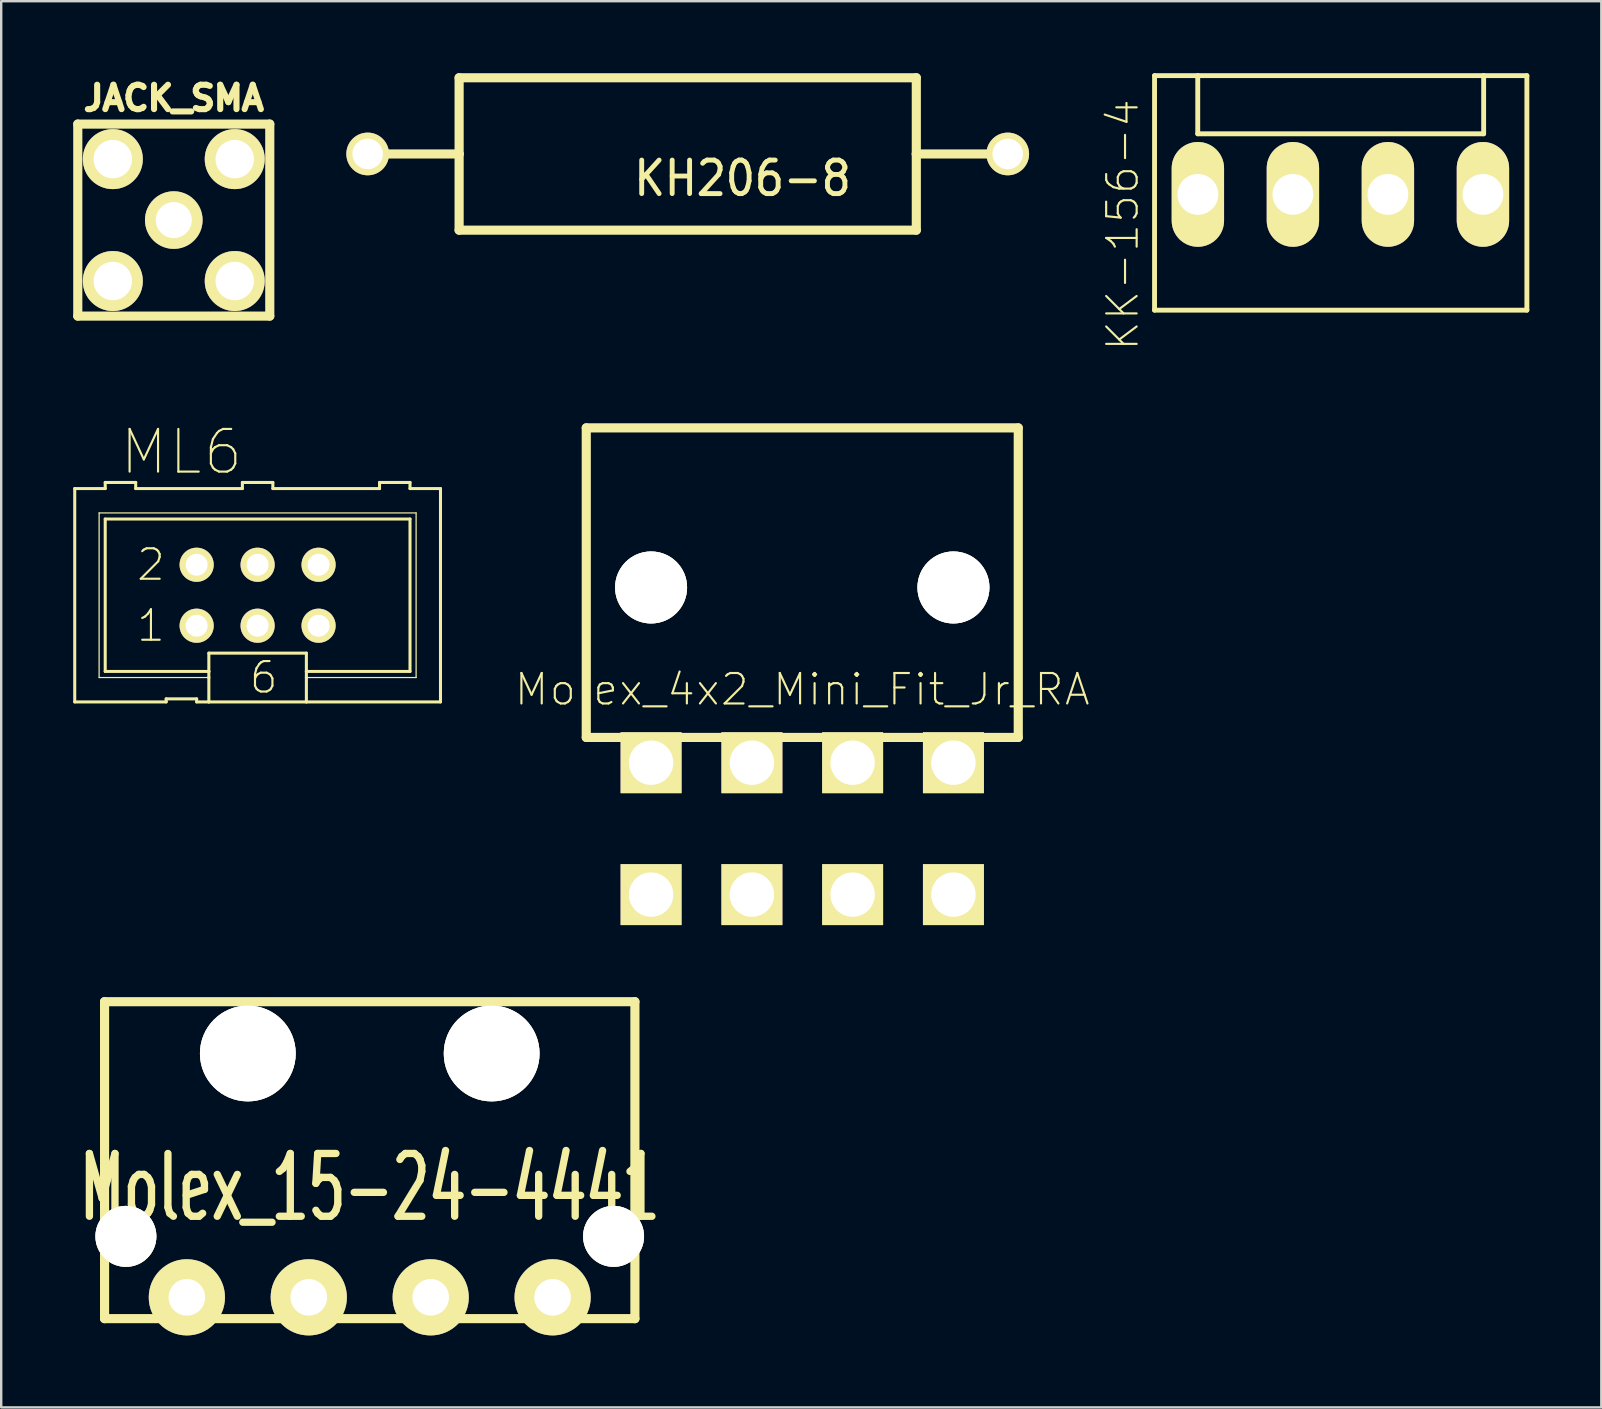
<source format=kicad_pcb>
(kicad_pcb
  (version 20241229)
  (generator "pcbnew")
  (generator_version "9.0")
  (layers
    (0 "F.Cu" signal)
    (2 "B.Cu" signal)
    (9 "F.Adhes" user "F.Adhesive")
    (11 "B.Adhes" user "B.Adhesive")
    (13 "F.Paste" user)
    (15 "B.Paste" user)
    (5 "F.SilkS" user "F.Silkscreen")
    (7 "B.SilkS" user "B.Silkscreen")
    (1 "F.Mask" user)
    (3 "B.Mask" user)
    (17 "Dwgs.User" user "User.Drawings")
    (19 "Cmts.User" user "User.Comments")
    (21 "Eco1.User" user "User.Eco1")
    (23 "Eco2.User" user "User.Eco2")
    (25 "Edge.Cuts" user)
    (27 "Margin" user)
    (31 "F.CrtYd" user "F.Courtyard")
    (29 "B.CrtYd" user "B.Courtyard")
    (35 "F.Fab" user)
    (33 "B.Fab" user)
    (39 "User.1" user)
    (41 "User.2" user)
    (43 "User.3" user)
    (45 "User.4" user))
  (footprint "KH206-8"
    (layer "F.Cu")
    (at 25.605 3.365)
    (property "Reference" "KH206-8" (at 2.286 1.016 0) (layer "F.SilkS") (effects (font (size 1.397 1.27) (thickness 0.203))))
    (attr through_hole)
    (fp_line (start -13.335 0) (end -13.335 0) (stroke (width 0.305) (type solid)) (layer "F.SilkS"))
    (fp_line (start -13.335 0) (end -13.335 0) (stroke (width 0.305) (type solid)) (layer "F.SilkS"))
    (fp_line (start -13.335 0) (end -9.525 0) (stroke (width 0.381) (type solid)) (layer "F.SilkS"))
    (fp_line (start -9.525 -3.175) (end 9.525 -3.175) (stroke (width 0.381) (type solid)) (layer "F.SilkS"))
    (fp_line (start -9.525 0) (end -9.525 -3.175) (stroke (width 0.381) (type solid)) (layer "F.SilkS"))
    (fp_line (start -9.525 0) (end -9.525 3.175) (stroke (width 0.381) (type solid)) (layer "F.SilkS"))
    (fp_line (start -9.525 3.175) (end 9.525 3.175) (stroke (width 0.381) (type solid)) (layer "F.SilkS"))
    (fp_line (start 9.525 0) (end 9.525 -3.175) (stroke (width 0.381) (type solid)) (layer "F.SilkS"))
    (fp_line (start 9.525 0) (end 9.525 3.175) (stroke (width 0.381) (type solid)) (layer "F.SilkS"))
    (fp_line (start 9.525 0) (end 13.335 0) (stroke (width 0.381) (type solid)) (layer "F.SilkS"))
    (pad "1" thru_hole circle (at -13.335 0) (size 1.778 1.778) (drill 1.27) (layers "*.Cu" "*.Mask" "F.SilkS"))
    (pad "2" thru_hole circle (at 13.335 0) (size 1.778 1.778) (drill 1.27) (layers "*.Cu" "*.Mask" "F.SilkS")))
  (footprint "KK-156-4"
    (layer "F.Cu")
    (at 52.801 5.05)
    (property "Reference" "KK-156-4" (at -9.073 1.27 90) (layer "F.SilkS") (effects (font (size 1.27 1.27) (thickness 0.089))))
    (attr exclude_from_pos_files exclude_from_bom)
    (fp_line (start -7.744 -4.948) (end -7.744 4.823) (stroke (width 0.203) (type solid)) (layer "F.SilkS"))
    (fp_line (start -7.744 4.823) (end 7.77 4.823) (stroke (width 0.203) (type solid)) (layer "F.SilkS"))
    (fp_line (start -5.944 -4.948) (end -7.744 -4.948) (stroke (width 0.203) (type solid)) (layer "F.SilkS"))
    (fp_line (start -5.944 -2.525) (end -5.944 -4.948) (stroke (width 0.203) (type solid)) (layer "F.SilkS"))
    (fp_line (start -5.944 -2.525) (end 5.969 -2.525) (stroke (width 0.203) (type solid)) (layer "F.SilkS"))
    (fp_line (start 5.969 -4.948) (end -5.944 -4.948) (stroke (width 0.203) (type solid)) (layer "F.SilkS"))
    (fp_line (start 5.969 -2.525) (end 5.969 -4.948) (stroke (width 0.203) (type solid)) (layer "F.SilkS"))
    (fp_line (start 7.77 -4.948) (end 5.969 -4.948) (stroke (width 0.203) (type solid)) (layer "F.SilkS"))
    (fp_line (start 7.77 4.823) (end 7.77 -4.948) (stroke (width 0.203) (type solid)) (layer "F.SilkS"))
    (pad "1" thru_hole oval (at -5.939 0) (size 2.182 4.366) (drill 1.699) (layers "*.Cu" "F.Mask" "F.SilkS" "F.Paste"))
    (pad "2" thru_hole oval (at -1.979 0) (size 2.182 4.366) (drill 1.699) (layers "*.Cu" "F.Mask" "F.SilkS" "F.Paste"))
    (pad "3" thru_hole oval (at 1.979 0) (size 2.182 4.366) (drill 1.699) (layers "*.Cu" "F.Mask" "F.SilkS" "F.Paste"))
    (pad "4" thru_hole oval (at 5.939 0) (size 2.182 4.366) (drill 1.699) (layers "*.Cu" "F.Mask" "F.SilkS" "F.Paste")))
  (footprint "Molex_15-24-4441"
    (layer "F.Cu")
    (at 12.356 51.006)
    (property "Reference" "Molex_15-24-4441" (at 0 -4.572 0) (layer "F.SilkS") (effects (font (size 2.616 1.598) (thickness 0.305))))
    (attr through_hole)
    (fp_line (start -11.049 -12.319) (end -11.049 0.889) (stroke (width 0.381) (type solid)) (layer "F.SilkS"))
    (fp_line (start -11.049 -12.319) (end 11.049 -12.319) (stroke (width 0.381) (type solid)) (layer "F.SilkS"))
    (fp_line (start -11.049 0.889) (end 11.049 0.889) (stroke (width 0.381) (type solid)) (layer "F.SilkS"))
    (fp_line (start 11.049 0.889) (end 11.049 -12.319) (stroke (width 0.381) (type solid)) (layer "F.SilkS"))
    (pad "" thru_hole circle (at -10.16 -2.54) (size 2.54 2.54) (drill 2.54) (layers "*.Cu" "*.Mask" "F.SilkS"))
    (pad "" thru_hole circle (at -5.08 -10.16) (size 3.99 3.99) (drill 3.99) (layers "*.Cu" "*.Mask" "F.SilkS"))
    (pad "" thru_hole circle (at 5.08 -10.16) (size 3.99 3.99) (drill 3.99) (layers "*.Cu" "*.Mask" "F.SilkS"))
    (pad "" thru_hole circle (at 10.16 -2.54) (size 2.54 2.54) (drill 2.54) (layers "*.Cu" "*.Mask" "F.SilkS"))
    (pad "1" thru_hole circle (at 7.62 0) (size 3.175 3.175) (drill 1.524) (layers "*.Cu" "*.Mask" "F.SilkS"))
    (pad "2" thru_hole circle (at 2.54 0) (size 3.175 3.175) (drill 1.524) (layers "*.Cu" "*.Mask" "F.SilkS"))
    (pad "3" thru_hole circle (at -2.54 0) (size 3.175 3.175) (drill 1.524) (layers "*.Cu" "*.Mask" "F.SilkS"))
    (pad "4" thru_hole circle (at -7.62 0) (size 3.175 3.175) (drill 1.524) (layers "*.Cu" "*.Mask" "F.SilkS")))
  (footprint "Molex_4x2_Mini_Fit_Jr_RA"
    (layer "F.Cu")
    (at 30.378 31.478)
    (property "Reference" "Molex_4x2_Mini_Fit_Jr_RA" (at 0 -5.8 0) (layer "F.SilkS") (effects (font (size 1.27 1.27) (thickness 0.089))))
    (attr exclude_from_pos_files exclude_from_bom)
    (fp_line (start -9 -16.7) (end -9 -3.8) (stroke (width 0.381) (type solid)) (layer "F.SilkS"))
    (fp_line (start -9 -16.7) (end 9 -16.7) (stroke (width 0.381) (type solid)) (layer "F.SilkS"))
    (fp_line (start -9 -3.8) (end 9 -3.8) (stroke (width 0.381) (type solid)) (layer "F.SilkS"))
    (fp_line (start 9 -16.7) (end 9 -3.8) (stroke (width 0.381) (type solid)) (layer "F.SilkS"))
    (pad "" thru_hole circle (at -6.299 -10.05) (size 3 3) (drill 3) (layers "*.Cu" "*.Mask" "F.SilkS"))
    (pad "" thru_hole circle (at 6.299 -10.05) (size 3 3) (drill 3) (layers "*.Cu" "*.Mask" "F.SilkS"))
    (pad "1" thru_hole rect (at 6.299 2.748) (size 2.54 2.54) (drill 1.85) (layers "*.Cu" "*.Mask" "F.SilkS"))
    (pad "2" thru_hole rect (at 2.098 2.748) (size 2.54 2.54) (drill 1.85) (layers "*.Cu" "*.Mask" "F.SilkS"))
    (pad "3" thru_hole rect (at -2.098 2.748) (size 2.54 2.54) (drill 1.85) (layers "*.Cu" "*.Mask" "F.SilkS"))
    (pad "4" thru_hole rect (at -6.299 2.748) (size 2.54 2.54) (drill 1.85) (layers "*.Cu" "*.Mask" "F.SilkS"))
    (pad "5" thru_hole rect (at 6.299 -2.748) (size 2.54 2.54) (drill 1.85) (layers "*.Cu" "*.Mask" "F.SilkS"))
    (pad "6" thru_hole rect (at 2.098 -2.748) (size 2.54 2.54) (drill 1.85) (layers "*.Cu" "*.Mask" "F.SilkS"))
    (pad "7" thru_hole rect (at -2.098 -2.748) (size 2.54 2.54) (drill 1.85) (layers "*.Cu" "*.Mask" "F.SilkS"))
    (pad "8" thru_hole rect (at -6.299 -2.748) (size 2.54 2.54) (drill 1.85) (layers "*.Cu" "*.Mask" "F.SilkS")))
  (footprint "ML6"
    (layer "F.Cu")
    (at 7.684 21.752)
    (property "Reference" "ML6" (at -3.175 -5.969 0) (layer "F.SilkS") (effects (font (size 1.778 1.778) (thickness 0.089))))
    (attr exclude_from_pos_files exclude_from_bom)
    (fp_line (start -7.62 -4.445) (end -7.62 4.445) (stroke (width 0.127) (type solid)) (layer "F.SilkS"))
    (fp_line (start -7.62 -4.445) (end -6.35 -4.445) (stroke (width 0.127) (type solid)) (layer "F.SilkS"))
    (fp_line (start -6.604 -3.429) (end -6.604 3.429) (stroke (width 0.051) (type solid)) (layer "F.SilkS"))
    (fp_line (start -6.604 3.429) (end -2.032 3.429) (stroke (width 0.051) (type solid)) (layer "F.SilkS"))
    (fp_line (start -6.35 -4.699) (end -6.35 -4.445) (stroke (width 0.127) (type solid)) (layer "F.SilkS"))
    (fp_line (start -6.35 -3.175) (end -6.35 3.175) (stroke (width 0.127) (type solid)) (layer "F.SilkS"))
    (fp_line (start -6.35 -3.175) (end 6.35 -3.175) (stroke (width 0.127) (type solid)) (layer "F.SilkS"))
    (fp_line (start -5.08 -4.699) (end -6.35 -4.699) (stroke (width 0.127) (type solid)) (layer "F.SilkS"))
    (fp_line (start -5.08 -4.699) (end -5.08 -4.445) (stroke (width 0.127) (type solid)) (layer "F.SilkS"))
    (fp_line (start -5.08 -4.445) (end -0.635 -4.445) (stroke (width 0.127) (type solid)) (layer "F.SilkS"))
    (fp_line (start -3.81 4.445) (end -7.62 4.445) (stroke (width 0.127) (type solid)) (layer "F.SilkS"))
    (fp_line (start -3.81 4.445) (end -3.81 4.318) (stroke (width 0.127) (type solid)) (layer "F.SilkS"))
    (fp_line (start -2.794 -1.524) (end -2.286 -1.524) (stroke (width 0.066) (type solid)) (layer "F.SilkS"))
    (fp_line (start -2.794 -1.016) (end -2.794 -1.524) (stroke (width 0.066) (type solid)) (layer "F.SilkS"))
    (fp_line (start -2.794 -1.016) (end -2.286 -1.016) (stroke (width 0.066) (type solid)) (layer "F.SilkS"))
    (fp_line (start -2.794 1.016) (end -2.286 1.016) (stroke (width 0.066) (type solid)) (layer "F.SilkS"))
    (fp_line (start -2.794 1.524) (end -2.794 1.016) (stroke (width 0.066) (type solid)) (layer "F.SilkS"))
    (fp_line (start -2.794 1.524) (end -2.286 1.524) (stroke (width 0.066) (type solid)) (layer "F.SilkS"))
    (fp_line (start -2.54 4.318) (end -3.81 4.318) (stroke (width 0.127) (type solid)) (layer "F.SilkS"))
    (fp_line (start -2.54 4.318) (end -2.54 4.445) (stroke (width 0.127) (type solid)) (layer "F.SilkS"))
    (fp_line (start -2.286 -1.016) (end -2.286 -1.524) (stroke (width 0.066) (type solid)) (layer "F.SilkS"))
    (fp_line (start -2.286 1.524) (end -2.286 1.016) (stroke (width 0.066) (type solid)) (layer "F.SilkS"))
    (fp_line (start -2.032 3.175) (end -6.35 3.175) (stroke (width 0.127) (type solid)) (layer "F.SilkS"))
    (fp_line (start -2.032 3.175) (end -2.032 2.413) (stroke (width 0.127) (type solid)) (layer "F.SilkS"))
    (fp_line (start -2.032 3.175) (end -2.032 3.429) (stroke (width 0.127) (type solid)) (layer "F.SilkS"))
    (fp_line (start -2.032 3.429) (end -2.032 4.445) (stroke (width 0.127) (type solid)) (layer "F.SilkS"))
    (fp_line (start -2.032 4.445) (end -2.54 4.445) (stroke (width 0.127) (type solid)) (layer "F.SilkS"))
    (fp_line (start -0.635 -4.699) (end -0.635 -4.445) (stroke (width 0.127) (type solid)) (layer "F.SilkS"))
    (fp_line (start -0.254 -1.524) (end 0.254 -1.524) (stroke (width 0.066) (type solid)) (layer "F.SilkS"))
    (fp_line (start -0.254 -1.016) (end -0.254 -1.524) (stroke (width 0.066) (type solid)) (layer "F.SilkS"))
    (fp_line (start -0.254 -1.016) (end 0.254 -1.016) (stroke (width 0.066) (type solid)) (layer "F.SilkS"))
    (fp_line (start -0.254 1.016) (end 0.254 1.016) (stroke (width 0.066) (type solid)) (layer "F.SilkS"))
    (fp_line (start -0.254 1.524) (end -0.254 1.016) (stroke (width 0.066) (type solid)) (layer "F.SilkS"))
    (fp_line (start -0.254 1.524) (end 0.254 1.524) (stroke (width 0.066) (type solid)) (layer "F.SilkS"))
    (fp_line (start 0.254 -1.016) (end 0.254 -1.524) (stroke (width 0.066) (type solid)) (layer "F.SilkS"))
    (fp_line (start 0.254 1.524) (end 0.254 1.016) (stroke (width 0.066) (type solid)) (layer "F.SilkS"))
    (fp_line (start 0.635 -4.699) (end -0.635 -4.699) (stroke (width 0.127) (type solid)) (layer "F.SilkS"))
    (fp_line (start 0.635 -4.699) (end 0.635 -4.445) (stroke (width 0.127) (type solid)) (layer "F.SilkS"))
    (fp_line (start 0.635 -4.445) (end 5.08 -4.445) (stroke (width 0.127) (type solid)) (layer "F.SilkS"))
    (fp_line (start 2.032 2.413) (end -2.032 2.413) (stroke (width 0.127) (type solid)) (layer "F.SilkS"))
    (fp_line (start 2.032 2.413) (end 2.032 3.175) (stroke (width 0.127) (type solid)) (layer "F.SilkS"))
    (fp_line (start 2.032 3.175) (end 2.032 3.429) (stroke (width 0.127) (type solid)) (layer "F.SilkS"))
    (fp_line (start 2.032 3.429) (end 2.032 4.445) (stroke (width 0.127) (type solid)) (layer "F.SilkS"))
    (fp_line (start 2.032 3.429) (end 6.604 3.429) (stroke (width 0.051) (type solid)) (layer "F.SilkS"))
    (fp_line (start 2.032 4.445) (end -2.032 4.445) (stroke (width 0.127) (type solid)) (layer "F.SilkS"))
    (fp_line (start 2.286 -1.524) (end 2.794 -1.524) (stroke (width 0.066) (type solid)) (layer "F.SilkS"))
    (fp_line (start 2.286 -1.016) (end 2.286 -1.524) (stroke (width 0.066) (type solid)) (layer "F.SilkS"))
    (fp_line (start 2.286 -1.016) (end 2.794 -1.016) (stroke (width 0.066) (type solid)) (layer "F.SilkS"))
    (fp_line (start 2.286 1.016) (end 2.794 1.016) (stroke (width 0.066) (type solid)) (layer "F.SilkS"))
    (fp_line (start 2.286 1.524) (end 2.286 1.016) (stroke (width 0.066) (type solid)) (layer "F.SilkS"))
    (fp_line (start 2.286 1.524) (end 2.794 1.524) (stroke (width 0.066) (type solid)) (layer "F.SilkS"))
    (fp_line (start 2.794 -1.016) (end 2.794 -1.524) (stroke (width 0.066) (type solid)) (layer "F.SilkS"))
    (fp_line (start 2.794 1.524) (end 2.794 1.016) (stroke (width 0.066) (type solid)) (layer "F.SilkS"))
    (fp_line (start 5.08 -4.445) (end 5.08 -4.699) (stroke (width 0.127) (type solid)) (layer "F.SilkS"))
    (fp_line (start 6.35 -4.699) (end 5.08 -4.699) (stroke (width 0.127) (type solid)) (layer "F.SilkS"))
    (fp_line (start 6.35 -4.445) (end 6.35 -4.699) (stroke (width 0.127) (type solid)) (layer "F.SilkS"))
    (fp_line (start 6.35 -4.445) (end 7.62 -4.445) (stroke (width 0.127) (type solid)) (layer "F.SilkS"))
    (fp_line (start 6.35 3.175) (end 2.032 3.175) (stroke (width 0.127) (type solid)) (layer "F.SilkS"))
    (fp_line (start 6.35 3.175) (end 6.35 -3.175) (stroke (width 0.127) (type solid)) (layer "F.SilkS"))
    (fp_line (start 6.604 -3.429) (end -6.604 -3.429) (stroke (width 0.051) (type solid)) (layer "F.SilkS"))
    (fp_line (start 6.604 3.429) (end 6.604 -3.429) (stroke (width 0.051) (type solid)) (layer "F.SilkS"))
    (fp_line (start 7.62 4.445) (end 2.032 4.445) (stroke (width 0.127) (type solid)) (layer "F.SilkS"))
    (fp_line (start 7.62 4.445) (end 7.62 -4.445) (stroke (width 0.127) (type solid)) (layer "F.SilkS"))
    (fp_text user "1" (at -4.445 1.27 0) (layer "F.SilkS") (effects (font (size 1.27 1.27) (thickness 0.089))))
    (fp_text user "2" (at -4.445 -1.27 0) (layer "F.SilkS") (effects (font (size 1.27 1.27) (thickness 0.089))))
    (fp_text user "6" (at 0.254 3.429 0) (layer "F.SilkS") (effects (font (size 1.27 1.27) (thickness 0.089))))
    (pad "1" thru_hole circle (at -2.54 1.27) (size 1.422 1.422) (drill 0.914) (layers "*.Cu" "F.Mask" "F.SilkS" "F.Paste"))
    (pad "2" thru_hole circle (at -2.54 -1.27) (size 1.422 1.422) (drill 0.914) (layers "*.Cu" "F.Mask" "F.SilkS" "F.Paste"))
    (pad "3" thru_hole circle (at 0 1.27) (size 1.422 1.422) (drill 0.914) (layers "*.Cu" "F.Mask" "F.SilkS" "F.Paste"))
    (pad "4" thru_hole circle (at 0 -1.27) (size 1.422 1.422) (drill 0.914) (layers "*.Cu" "F.Mask" "F.SilkS" "F.Paste"))
    (pad "5" thru_hole circle (at 2.54 1.27) (size 1.422 1.422) (drill 0.914) (layers "*.Cu" "F.Mask" "F.SilkS" "F.Paste"))
    (pad "6" thru_hole circle (at 2.54 -1.27) (size 1.422 1.422) (drill 0.914) (layers "*.Cu" "F.Mask" "F.SilkS" "F.Paste")))
  (footprint "JACK_SMA"
    (layer "F.Cu")
    (at 4.191 6.12)
    (property "Reference" "JACK_SMA" (at 0 -5.08 0) (layer "F.SilkS") (effects (font (size 1.016 1.016) (thickness 0.254))))
    (attr through_hole)
    (fp_line (start -4 -4) (end -4 4) (stroke (width 0.381) (type solid)) (layer "F.SilkS"))
    (fp_line (start -4 4) (end 4 4) (stroke (width 0.381) (type solid)) (layer "F.SilkS"))
    (fp_line (start 4 -4) (end -4 -4) (stroke (width 0.381) (type solid)) (layer "F.SilkS"))
    (fp_line (start 4 4) (end 4 -4) (stroke (width 0.381) (type solid)) (layer "F.SilkS"))
    (pad "1" thru_hole circle (at 0 0) (size 2.4 2.4) (drill 1.5) (layers "*.Cu" "*.Mask" "F.SilkS"))
    (pad "2" thru_hole circle (at -2.54 -2.54) (size 2.5 2.5) (drill 1.6) (layers "*.Cu" "*.Mask" "F.SilkS"))
    (pad "2" thru_hole circle (at -2.54 2.54) (size 2.5 2.5) (drill 1.6) (layers "*.Cu" "*.Mask" "F.SilkS"))
    (pad "2" thru_hole circle (at 2.54 -2.54) (size 2.5 2.5) (drill 1.6) (layers "*.Cu" "*.Mask" "F.SilkS"))
    (pad "2" thru_hole circle (at 2.54 2.54) (size 2.5 2.5) (drill 1.6) (layers "*.Cu" "*.Mask" "F.SilkS")))
  (gr_rect
    (start -3 -3)
    (end 63.672 55.593)
    (stroke (width 0.1) (type default))
    (fill no)
    (layer "Edge.Cuts")))
</source>
